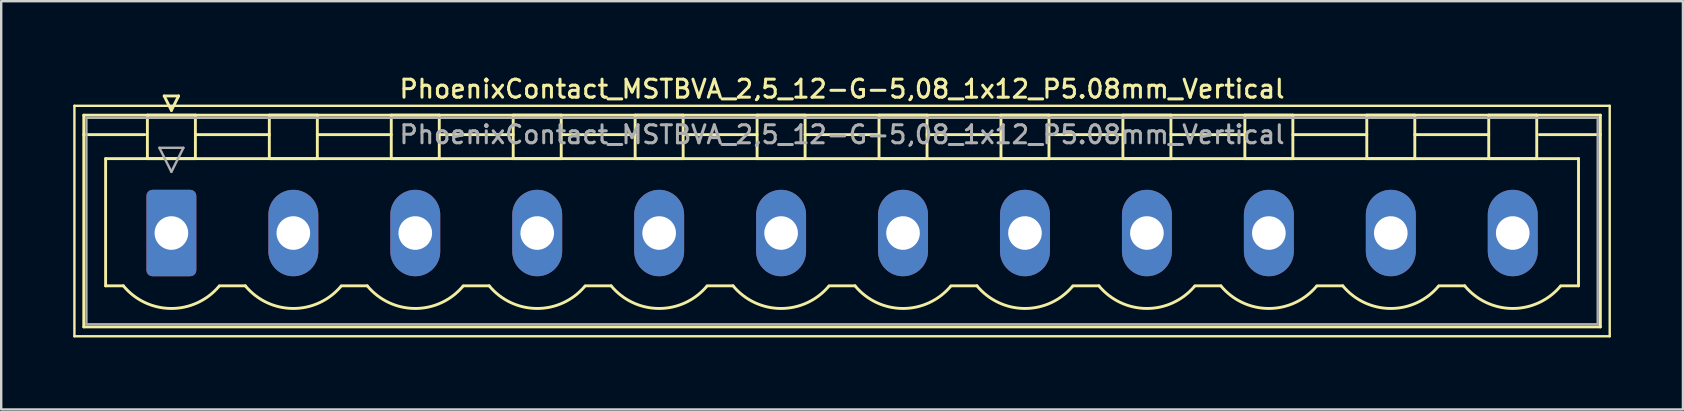
<source format=kicad_pcb>
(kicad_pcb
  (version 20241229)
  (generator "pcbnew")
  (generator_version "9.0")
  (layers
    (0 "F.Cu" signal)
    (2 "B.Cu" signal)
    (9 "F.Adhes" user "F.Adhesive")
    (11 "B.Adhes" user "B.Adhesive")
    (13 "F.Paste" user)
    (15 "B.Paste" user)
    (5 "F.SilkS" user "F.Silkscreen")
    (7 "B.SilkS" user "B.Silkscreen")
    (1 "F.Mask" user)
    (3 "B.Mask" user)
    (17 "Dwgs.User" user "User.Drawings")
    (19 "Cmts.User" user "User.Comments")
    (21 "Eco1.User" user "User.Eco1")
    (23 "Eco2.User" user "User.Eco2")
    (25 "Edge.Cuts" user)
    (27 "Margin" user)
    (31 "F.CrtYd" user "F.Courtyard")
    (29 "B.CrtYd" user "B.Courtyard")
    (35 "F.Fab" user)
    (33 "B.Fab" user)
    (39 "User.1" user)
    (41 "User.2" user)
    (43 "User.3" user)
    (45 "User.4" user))
  (footprint "PhoenixContact_MSTBVA_2,5_12-G-5,08_1x12_P5.08mm_Vertical"
    (layer "F.Cu")
    (at 4.09 6.658)
    (property "Reference" "PhoenixContact_MSTBVA_2,5_12-G-5,08_1x12_P5.08mm_Vertical" (at 27.94 -6 0) (layer "F.SilkS") (effects (font (size 0.75 0.75) (thickness 0.125))))
    (attr through_hole)
    (fp_line (start -4.04 -5.3) (end -4.04 4.3) (stroke (width 0.1) (type solid)) (layer "F.SilkS"))
    (fp_line (start -4.04 4.3) (end 59.92 4.3) (stroke (width 0.1) (type solid)) (layer "F.SilkS"))
    (fp_line (start -3.65 -4.91) (end -3.65 3.91) (stroke (width 0.12) (type solid)) (layer "F.SilkS"))
    (fp_line (start -3.65 -4.1) (end -1.11 -4.1) (stroke (width 0.12) (type solid)) (layer "F.SilkS"))
    (fp_line (start -3.65 3.91) (end 59.53 3.91) (stroke (width 0.12) (type solid)) (layer "F.SilkS"))
    (fp_line (start -2.74 -3.1) (end 58.62 -3.1) (stroke (width 0.12) (type solid)) (layer "F.SilkS"))
    (fp_line (start -2.74 2.2) (end -2.74 -3.1) (stroke (width 0.12) (type solid)) (layer "F.SilkS"))
    (fp_line (start -2 2.2) (end -2.74 2.2) (stroke (width 0.12) (type solid)) (layer "F.SilkS"))
    (fp_line (start -1 -4.91) (end 1 -4.91) (stroke (width 0.12) (type solid)) (layer "F.SilkS"))
    (fp_line (start -1 -3.1) (end -1 -4.91) (stroke (width 0.12) (type solid)) (layer "F.SilkS"))
    (fp_line (start -0.3 -5.71) (end 0.3 -5.71) (stroke (width 0.12) (type solid)) (layer "F.SilkS"))
    (fp_line (start 0 -5.11) (end -0.3 -5.71) (stroke (width 0.12) (type solid)) (layer "F.SilkS"))
    (fp_line (start 0.3 -5.71) (end 0 -5.11) (stroke (width 0.12) (type solid)) (layer "F.SilkS"))
    (fp_line (start 1 -4.91) (end 1 -3.1) (stroke (width 0.12) (type solid)) (layer "F.SilkS"))
    (fp_line (start 1 -4.1) (end 4.08 -4.1) (stroke (width 0.12) (type solid)) (layer "F.SilkS"))
    (fp_line (start 1 -3.1) (end -1 -3.1) (stroke (width 0.12) (type solid)) (layer "F.SilkS"))
    (fp_line (start 2 2.2) (end 3.08 2.2) (stroke (width 0.12) (type solid)) (layer "F.SilkS"))
    (fp_line (start 4.08 -4.91) (end 6.08 -4.91) (stroke (width 0.12) (type solid)) (layer "F.SilkS"))
    (fp_line (start 4.08 -3.1) (end 4.08 -4.91) (stroke (width 0.12) (type solid)) (layer "F.SilkS"))
    (fp_line (start 6.08 -4.91) (end 6.08 -3.1) (stroke (width 0.12) (type solid)) (layer "F.SilkS"))
    (fp_line (start 6.08 -4.1) (end 9.16 -4.1) (stroke (width 0.12) (type solid)) (layer "F.SilkS"))
    (fp_line (start 6.08 -3.1) (end 4.08 -3.1) (stroke (width 0.12) (type solid)) (layer "F.SilkS"))
    (fp_line (start 7.08 2.2) (end 8.16 2.2) (stroke (width 0.12) (type solid)) (layer "F.SilkS"))
    (fp_line (start 9.16 -4.91) (end 11.16 -4.91) (stroke (width 0.12) (type solid)) (layer "F.SilkS"))
    (fp_line (start 9.16 -3.1) (end 9.16 -4.91) (stroke (width 0.12) (type solid)) (layer "F.SilkS"))
    (fp_line (start 11.16 -4.91) (end 11.16 -3.1) (stroke (width 0.12) (type solid)) (layer "F.SilkS"))
    (fp_line (start 11.16 -4.1) (end 14.24 -4.1) (stroke (width 0.12) (type solid)) (layer "F.SilkS"))
    (fp_line (start 11.16 -3.1) (end 9.16 -3.1) (stroke (width 0.12) (type solid)) (layer "F.SilkS"))
    (fp_line (start 12.16 2.2) (end 13.24 2.2) (stroke (width 0.12) (type solid)) (layer "F.SilkS"))
    (fp_line (start 14.24 -4.91) (end 16.24 -4.91) (stroke (width 0.12) (type solid)) (layer "F.SilkS"))
    (fp_line (start 14.24 -3.1) (end 14.24 -4.91) (stroke (width 0.12) (type solid)) (layer "F.SilkS"))
    (fp_line (start 16.24 -4.91) (end 16.24 -3.1) (stroke (width 0.12) (type solid)) (layer "F.SilkS"))
    (fp_line (start 16.24 -4.1) (end 19.32 -4.1) (stroke (width 0.12) (type solid)) (layer "F.SilkS"))
    (fp_line (start 16.24 -3.1) (end 14.24 -3.1) (stroke (width 0.12) (type solid)) (layer "F.SilkS"))
    (fp_line (start 17.24 2.2) (end 18.32 2.2) (stroke (width 0.12) (type solid)) (layer "F.SilkS"))
    (fp_line (start 19.32 -4.91) (end 21.32 -4.91) (stroke (width 0.12) (type solid)) (layer "F.SilkS"))
    (fp_line (start 19.32 -3.1) (end 19.32 -4.91) (stroke (width 0.12) (type solid)) (layer "F.SilkS"))
    (fp_line (start 21.32 -4.91) (end 21.32 -3.1) (stroke (width 0.12) (type solid)) (layer "F.SilkS"))
    (fp_line (start 21.32 -4.1) (end 24.4 -4.1) (stroke (width 0.12) (type solid)) (layer "F.SilkS"))
    (fp_line (start 21.32 -3.1) (end 19.32 -3.1) (stroke (width 0.12) (type solid)) (layer "F.SilkS"))
    (fp_line (start 22.32 2.2) (end 23.4 2.2) (stroke (width 0.12) (type solid)) (layer "F.SilkS"))
    (fp_line (start 24.4 -4.91) (end 26.4 -4.91) (stroke (width 0.12) (type solid)) (layer "F.SilkS"))
    (fp_line (start 24.4 -3.1) (end 24.4 -4.91) (stroke (width 0.12) (type solid)) (layer "F.SilkS"))
    (fp_line (start 26.4 -4.91) (end 26.4 -3.1) (stroke (width 0.12) (type solid)) (layer "F.SilkS"))
    (fp_line (start 26.4 -4.1) (end 29.48 -4.1) (stroke (width 0.12) (type solid)) (layer "F.SilkS"))
    (fp_line (start 26.4 -3.1) (end 24.4 -3.1) (stroke (width 0.12) (type solid)) (layer "F.SilkS"))
    (fp_line (start 27.4 2.2) (end 28.48 2.2) (stroke (width 0.12) (type solid)) (layer "F.SilkS"))
    (fp_line (start 29.48 -4.91) (end 31.48 -4.91) (stroke (width 0.12) (type solid)) (layer "F.SilkS"))
    (fp_line (start 29.48 -3.1) (end 29.48 -4.91) (stroke (width 0.12) (type solid)) (layer "F.SilkS"))
    (fp_line (start 31.48 -4.91) (end 31.48 -3.1) (stroke (width 0.12) (type solid)) (layer "F.SilkS"))
    (fp_line (start 31.48 -4.1) (end 34.56 -4.1) (stroke (width 0.12) (type solid)) (layer "F.SilkS"))
    (fp_line (start 31.48 -3.1) (end 29.48 -3.1) (stroke (width 0.12) (type solid)) (layer "F.SilkS"))
    (fp_line (start 32.48 2.2) (end 33.56 2.2) (stroke (width 0.12) (type solid)) (layer "F.SilkS"))
    (fp_line (start 34.56 -4.91) (end 36.56 -4.91) (stroke (width 0.12) (type solid)) (layer "F.SilkS"))
    (fp_line (start 34.56 -3.1) (end 34.56 -4.91) (stroke (width 0.12) (type solid)) (layer "F.SilkS"))
    (fp_line (start 36.56 -4.91) (end 36.56 -3.1) (stroke (width 0.12) (type solid)) (layer "F.SilkS"))
    (fp_line (start 36.56 -4.1) (end 39.64 -4.1) (stroke (width 0.12) (type solid)) (layer "F.SilkS"))
    (fp_line (start 36.56 -3.1) (end 34.56 -3.1) (stroke (width 0.12) (type solid)) (layer "F.SilkS"))
    (fp_line (start 37.56 2.2) (end 38.64 2.2) (stroke (width 0.12) (type solid)) (layer "F.SilkS"))
    (fp_line (start 39.64 -4.91) (end 41.64 -4.91) (stroke (width 0.12) (type solid)) (layer "F.SilkS"))
    (fp_line (start 39.64 -3.1) (end 39.64 -4.91) (stroke (width 0.12) (type solid)) (layer "F.SilkS"))
    (fp_line (start 41.64 -4.91) (end 41.64 -3.1) (stroke (width 0.12) (type solid)) (layer "F.SilkS"))
    (fp_line (start 41.64 -4.1) (end 44.72 -4.1) (stroke (width 0.12) (type solid)) (layer "F.SilkS"))
    (fp_line (start 41.64 -3.1) (end 39.64 -3.1) (stroke (width 0.12) (type solid)) (layer "F.SilkS"))
    (fp_line (start 42.64 2.2) (end 43.72 2.2) (stroke (width 0.12) (type solid)) (layer "F.SilkS"))
    (fp_line (start 44.72 -4.91) (end 46.72 -4.91) (stroke (width 0.12) (type solid)) (layer "F.SilkS"))
    (fp_line (start 44.72 -3.1) (end 44.72 -4.91) (stroke (width 0.12) (type solid)) (layer "F.SilkS"))
    (fp_line (start 46.72 -4.91) (end 46.72 -3.1) (stroke (width 0.12) (type solid)) (layer "F.SilkS"))
    (fp_line (start 46.72 -4.1) (end 49.8 -4.1) (stroke (width 0.12) (type solid)) (layer "F.SilkS"))
    (fp_line (start 46.72 -3.1) (end 44.72 -3.1) (stroke (width 0.12) (type solid)) (layer "F.SilkS"))
    (fp_line (start 47.72 2.2) (end 48.8 2.2) (stroke (width 0.12) (type solid)) (layer "F.SilkS"))
    (fp_line (start 49.8 -4.91) (end 51.8 -4.91) (stroke (width 0.12) (type solid)) (layer "F.SilkS"))
    (fp_line (start 49.8 -3.1) (end 49.8 -4.91) (stroke (width 0.12) (type solid)) (layer "F.SilkS"))
    (fp_line (start 51.8 -4.91) (end 51.8 -3.1) (stroke (width 0.12) (type solid)) (layer "F.SilkS"))
    (fp_line (start 51.8 -4.1) (end 54.88 -4.1) (stroke (width 0.12) (type solid)) (layer "F.SilkS"))
    (fp_line (start 51.8 -3.1) (end 49.8 -3.1) (stroke (width 0.12) (type solid)) (layer "F.SilkS"))
    (fp_line (start 52.8 2.2) (end 53.88 2.2) (stroke (width 0.12) (type solid)) (layer "F.SilkS"))
    (fp_line (start 54.88 -4.91) (end 56.88 -4.91) (stroke (width 0.12) (type solid)) (layer "F.SilkS"))
    (fp_line (start 54.88 -3.1) (end 54.88 -4.91) (stroke (width 0.12) (type solid)) (layer "F.SilkS"))
    (fp_line (start 56.88 -4.91) (end 56.88 -3.1) (stroke (width 0.12) (type solid)) (layer "F.SilkS"))
    (fp_line (start 56.88 -3.1) (end 54.88 -3.1) (stroke (width 0.12) (type solid)) (layer "F.SilkS"))
    (fp_line (start 58.62 -3.1) (end 58.62 2.2) (stroke (width 0.12) (type solid)) (layer "F.SilkS"))
    (fp_line (start 58.62 2.2) (end 57.88 2.2) (stroke (width 0.12) (type solid)) (layer "F.SilkS"))
    (fp_line (start 59.53 -4.91) (end -3.65 -4.91) (stroke (width 0.12) (type solid)) (layer "F.SilkS"))
    (fp_line (start 59.53 -4.1) (end 56.99 -4.1) (stroke (width 0.12) (type solid)) (layer "F.SilkS"))
    (fp_line (start 59.53 3.91) (end 59.53 -4.91) (stroke (width 0.12) (type solid)) (layer "F.SilkS"))
    (fp_line (start 59.92 -5.3) (end -4.04 -5.3) (stroke (width 0.1) (type solid)) (layer "F.SilkS"))
    (fp_line (start 59.92 4.3) (end 59.92 -5.3) (stroke (width 0.1) (type solid)) (layer "F.SilkS"))
    (fp_arc (start 1.986842 2.215821) (mid -0.010289 3.142758) (end -2 2.2) (stroke (width 0.12) (type solid)) (layer "F.SilkS"))
    (fp_arc (start 7.066842 2.215821) (mid 5.069711 3.142758) (end 3.08 2.2) (stroke (width 0.12) (type solid)) (layer "F.SilkS"))
    (fp_arc (start 12.146842 2.215821) (mid 10.149711 3.142758) (end 8.16 2.2) (stroke (width 0.12) (type solid)) (layer "F.SilkS"))
    (fp_arc (start 17.226842 2.215821) (mid 15.229711 3.142758) (end 13.24 2.2) (stroke (width 0.12) (type solid)) (layer "F.SilkS"))
    (fp_arc (start 22.306842 2.215821) (mid 20.309711 3.142758) (end 18.32 2.2) (stroke (width 0.12) (type solid)) (layer "F.SilkS"))
    (fp_arc (start 27.386842 2.215821) (mid 25.389711 3.142758) (end 23.4 2.2) (stroke (width 0.12) (type solid)) (layer "F.SilkS"))
    (fp_arc (start 32.466842 2.215821) (mid 30.469711 3.142758) (end 28.48 2.2) (stroke (width 0.12) (type solid)) (layer "F.SilkS"))
    (fp_arc (start 37.546842 2.215821) (mid 35.549711 3.142758) (end 33.56 2.2) (stroke (width 0.12) (type solid)) (layer "F.SilkS"))
    (fp_arc (start 42.626842 2.215821) (mid 40.629711 3.142758) (end 38.64 2.2) (stroke (width 0.12) (type solid)) (layer "F.SilkS"))
    (fp_arc (start 47.706842 2.215821) (mid 45.709711 3.142758) (end 43.72 2.2) (stroke (width 0.12) (type solid)) (layer "F.SilkS"))
    (fp_arc (start 52.786842 2.215821) (mid 50.789711 3.142758) (end 48.8 2.2) (stroke (width 0.12) (type solid)) (layer "F.SilkS"))
    (fp_arc (start 57.866842 2.215821) (mid 55.869711 3.142758) (end 53.88 2.2) (stroke (width 0.12) (type solid)) (layer "F.SilkS"))
    (fp_line (start -3.54 -4.8) (end -3.54 3.8) (stroke (width 0.1) (type solid)) (layer "F.Fab"))
    (fp_line (start -3.54 3.8) (end 59.42 3.8) (stroke (width 0.1) (type solid)) (layer "F.Fab"))
    (fp_line (start -0.5 -3.55) (end 0.5 -3.55) (stroke (width 0.1) (type solid)) (layer "F.Fab"))
    (fp_line (start 0 -2.55) (end -0.5 -3.55) (stroke (width 0.1) (type solid)) (layer "F.Fab"))
    (fp_line (start 0.5 -3.55) (end 0 -2.55) (stroke (width 0.1) (type solid)) (layer "F.Fab"))
    (fp_line (start 59.42 -4.8) (end -3.54 -4.8) (stroke (width 0.1) (type solid)) (layer "F.Fab"))
    (fp_line (start 59.42 3.8) (end 59.42 -4.8) (stroke (width 0.1) (type solid)) (layer "F.Fab"))
    (fp_text user "${REFERENCE}" (at 27.94 -4.1 0) (layer "F.Fab") (effects (font (size 0.75 0.75) (thickness 0.125))))
    (pad "1" thru_hole roundrect (at 0 0) (size 2.08 3.6) (drill 1.4) (layers "*.Cu" "*.Mask") (roundrect_rratio 0.12))
    (pad "2" thru_hole oval (at 5.08 0) (size 2.08 3.6) (drill 1.4) (layers "*.Cu" "*.Mask"))
    (pad "3" thru_hole oval (at 10.16 0) (size 2.08 3.6) (drill 1.4) (layers "*.Cu" "*.Mask"))
    (pad "4" thru_hole oval (at 15.24 0) (size 2.08 3.6) (drill 1.4) (layers "*.Cu" "*.Mask"))
    (pad "5" thru_hole oval (at 20.32 0) (size 2.08 3.6) (drill 1.4) (layers "*.Cu" "*.Mask"))
    (pad "6" thru_hole oval (at 25.4 0) (size 2.08 3.6) (drill 1.4) (layers "*.Cu" "*.Mask"))
    (pad "7" thru_hole oval (at 30.48 0) (size 2.08 3.6) (drill 1.4) (layers "*.Cu" "*.Mask"))
    (pad "8" thru_hole oval (at 35.56 0) (size 2.08 3.6) (drill 1.4) (layers "*.Cu" "*.Mask"))
    (pad "9" thru_hole oval (at 40.64 0) (size 2.08 3.6) (drill 1.4) (layers "*.Cu" "*.Mask"))
    (pad "10" thru_hole oval (at 45.72 0) (size 2.08 3.6) (drill 1.4) (layers "*.Cu" "*.Mask"))
    (pad "11" thru_hole oval (at 50.8 0) (size 2.08 3.6) (drill 1.4) (layers "*.Cu" "*.Mask"))
    (pad "12" thru_hole oval (at 55.88 0) (size 2.08 3.6) (drill 1.4) (layers "*.Cu" "*.Mask")))
  (gr_rect
    (start -3 -3)
    (end 67.06 14.008)
    (stroke (width 0.1) (type default))
    (fill no)
    (layer "Edge.Cuts")))
</source>
